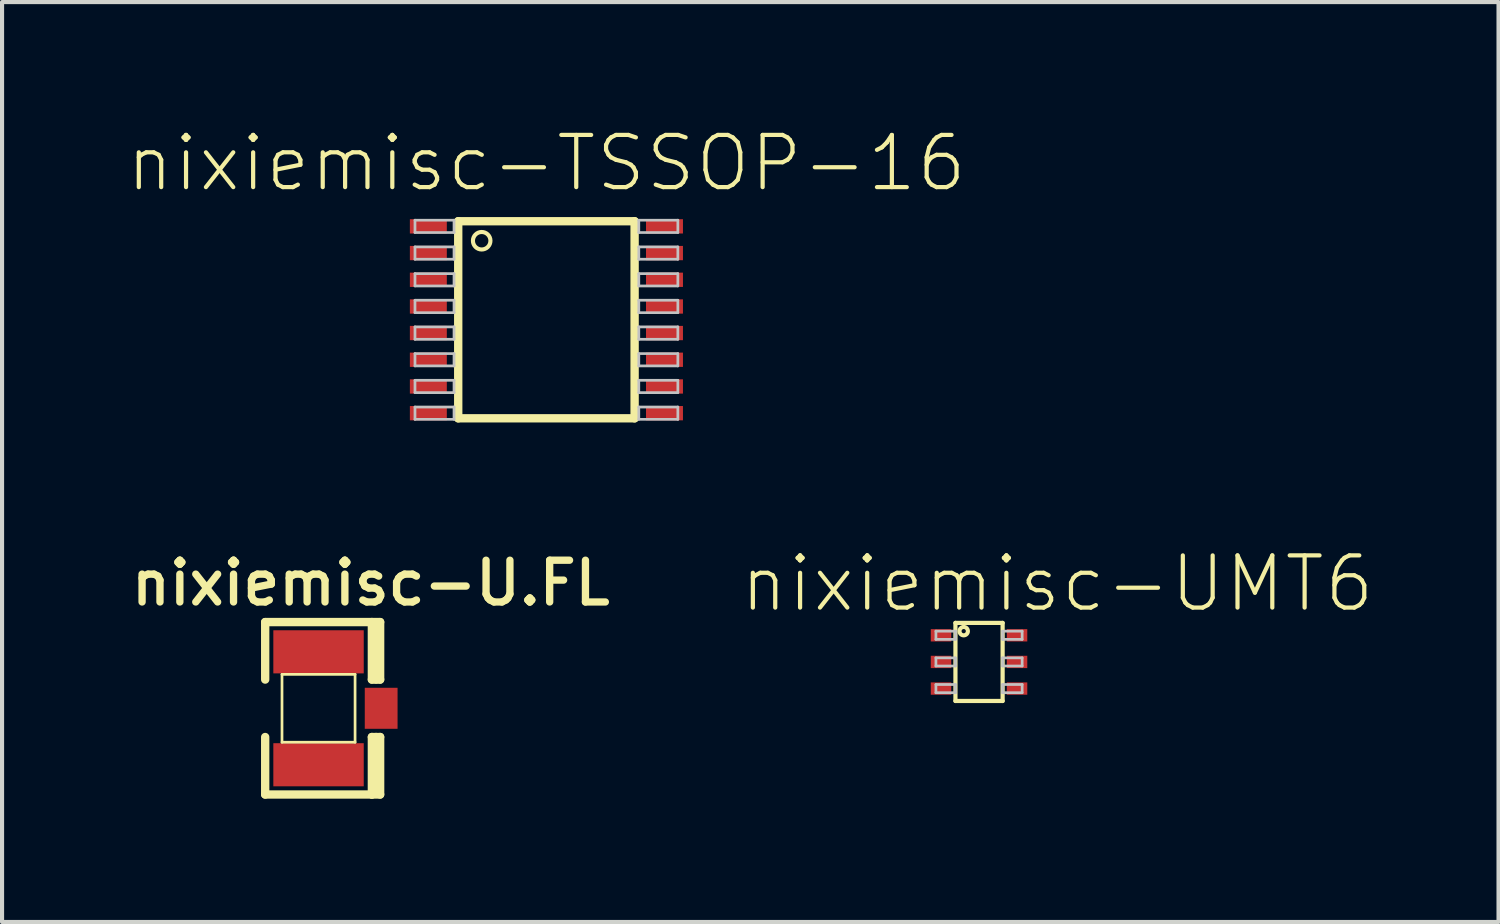
<source format=kicad_pcb>
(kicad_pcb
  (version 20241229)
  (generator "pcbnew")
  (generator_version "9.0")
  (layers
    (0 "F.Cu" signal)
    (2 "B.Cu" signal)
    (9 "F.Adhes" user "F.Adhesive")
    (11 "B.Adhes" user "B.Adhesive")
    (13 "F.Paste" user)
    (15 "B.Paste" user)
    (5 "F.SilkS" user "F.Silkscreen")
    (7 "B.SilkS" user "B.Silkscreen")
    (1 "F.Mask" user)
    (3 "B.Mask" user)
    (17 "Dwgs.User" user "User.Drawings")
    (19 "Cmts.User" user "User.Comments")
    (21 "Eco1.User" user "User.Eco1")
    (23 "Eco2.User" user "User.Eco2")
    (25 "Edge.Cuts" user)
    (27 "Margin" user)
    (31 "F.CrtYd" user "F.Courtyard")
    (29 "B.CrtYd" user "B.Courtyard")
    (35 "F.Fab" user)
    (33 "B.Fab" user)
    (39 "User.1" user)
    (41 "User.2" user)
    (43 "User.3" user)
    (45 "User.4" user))
  (footprint "nixiemisc-TSSOP-16"
    (layer "F.Cu")
    (at 10.246 4.731)
    (property "Reference" "nixiemisc-TSSOP-16" (at 0 -3.81 0) (unlocked yes) (layer "F.SilkS") (effects (font (size 1.27 1.27) (thickness 0.102))))
    (attr smd)
    (fp_line (start -2.146 -2.398) (end -2.146 2.398) (stroke (width 0.203) (type solid)) (layer "F.SilkS"))
    (fp_line (start -2.146 2.398) (end 2.146 2.398) (stroke (width 0.203) (type solid)) (layer "F.SilkS"))
    (fp_line (start 2.146 -2.398) (end -2.146 -2.398) (stroke (width 0.203) (type solid)) (layer "F.SilkS"))
    (fp_line (start 2.146 2.398) (end 2.146 -2.398) (stroke (width 0.203) (type solid)) (layer "F.SilkS"))
    (fp_circle (center -1.575 -1.923) (end -1.575 -2.136) (stroke (width 0.1) (type solid)) (fill no) (layer "F.SilkS"))
    (fp_line (start -3.198 -2.423) (end -2.248 -2.423) (stroke (width 0.066) (type solid)) (layer "Dwgs.User"))
    (fp_line (start -3.198 -2.123) (end -3.198 -2.423) (stroke (width 0.066) (type solid)) (layer "Dwgs.User"))
    (fp_line (start -3.198 -2.123) (end -2.248 -2.123) (stroke (width 0.066) (type solid)) (layer "Dwgs.User"))
    (fp_line (start -3.198 -1.773) (end -2.248 -1.773) (stroke (width 0.066) (type solid)) (layer "Dwgs.User"))
    (fp_line (start -3.198 -1.473) (end -3.198 -1.773) (stroke (width 0.066) (type solid)) (layer "Dwgs.User"))
    (fp_line (start -3.198 -1.473) (end -2.248 -1.473) (stroke (width 0.066) (type solid)) (layer "Dwgs.User"))
    (fp_line (start -3.198 -1.123) (end -2.248 -1.123) (stroke (width 0.066) (type solid)) (layer "Dwgs.User"))
    (fp_line (start -3.198 -0.823) (end -3.198 -1.123) (stroke (width 0.066) (type solid)) (layer "Dwgs.User"))
    (fp_line (start -3.198 -0.823) (end -2.248 -0.823) (stroke (width 0.066) (type solid)) (layer "Dwgs.User"))
    (fp_line (start -3.198 -0.475) (end -2.248 -0.475) (stroke (width 0.066) (type solid)) (layer "Dwgs.User"))
    (fp_line (start -3.198 -0.173) (end -3.198 -0.475) (stroke (width 0.066) (type solid)) (layer "Dwgs.User"))
    (fp_line (start -3.198 -0.173) (end -2.248 -0.173) (stroke (width 0.066) (type solid)) (layer "Dwgs.User"))
    (fp_line (start -3.198 0.173) (end -2.248 0.173) (stroke (width 0.066) (type solid)) (layer "Dwgs.User"))
    (fp_line (start -3.198 0.475) (end -3.198 0.173) (stroke (width 0.066) (type solid)) (layer "Dwgs.User"))
    (fp_line (start -3.198 0.475) (end -2.248 0.475) (stroke (width 0.066) (type solid)) (layer "Dwgs.User"))
    (fp_line (start -3.198 0.823) (end -2.248 0.823) (stroke (width 0.066) (type solid)) (layer "Dwgs.User"))
    (fp_line (start -3.198 1.123) (end -3.198 0.823) (stroke (width 0.066) (type solid)) (layer "Dwgs.User"))
    (fp_line (start -3.198 1.123) (end -2.248 1.123) (stroke (width 0.066) (type solid)) (layer "Dwgs.User"))
    (fp_line (start -3.198 1.473) (end -2.248 1.473) (stroke (width 0.066) (type solid)) (layer "Dwgs.User"))
    (fp_line (start -3.198 1.773) (end -3.198 1.473) (stroke (width 0.066) (type solid)) (layer "Dwgs.User"))
    (fp_line (start -3.198 1.773) (end -2.248 1.773) (stroke (width 0.066) (type solid)) (layer "Dwgs.User"))
    (fp_line (start -3.198 2.123) (end -2.248 2.123) (stroke (width 0.066) (type solid)) (layer "Dwgs.User"))
    (fp_line (start -3.198 2.423) (end -3.198 2.123) (stroke (width 0.066) (type solid)) (layer "Dwgs.User"))
    (fp_line (start -3.198 2.423) (end -2.248 2.423) (stroke (width 0.066) (type solid)) (layer "Dwgs.User"))
    (fp_line (start -2.248 -2.123) (end -2.248 -2.423) (stroke (width 0.066) (type solid)) (layer "Dwgs.User"))
    (fp_line (start -2.248 -1.473) (end -2.248 -1.773) (stroke (width 0.066) (type solid)) (layer "Dwgs.User"))
    (fp_line (start -2.248 -0.823) (end -2.248 -1.123) (stroke (width 0.066) (type solid)) (layer "Dwgs.User"))
    (fp_line (start -2.248 -0.173) (end -2.248 -0.475) (stroke (width 0.066) (type solid)) (layer "Dwgs.User"))
    (fp_line (start -2.248 0.475) (end -2.248 0.173) (stroke (width 0.066) (type solid)) (layer "Dwgs.User"))
    (fp_line (start -2.248 1.123) (end -2.248 0.823) (stroke (width 0.066) (type solid)) (layer "Dwgs.User"))
    (fp_line (start -2.248 1.773) (end -2.248 1.473) (stroke (width 0.066) (type solid)) (layer "Dwgs.User"))
    (fp_line (start -2.248 2.423) (end -2.248 2.123) (stroke (width 0.066) (type solid)) (layer "Dwgs.User"))
    (fp_line (start 2.248 -2.423) (end 2.248 -2.123) (stroke (width 0.066) (type solid)) (layer "Dwgs.User"))
    (fp_line (start 2.248 -1.773) (end 2.248 -1.473) (stroke (width 0.066) (type solid)) (layer "Dwgs.User"))
    (fp_line (start 2.248 -1.123) (end 2.248 -0.823) (stroke (width 0.066) (type solid)) (layer "Dwgs.User"))
    (fp_line (start 2.248 -0.475) (end 2.248 -0.173) (stroke (width 0.066) (type solid)) (layer "Dwgs.User"))
    (fp_line (start 2.248 0.173) (end 2.248 0.475) (stroke (width 0.066) (type solid)) (layer "Dwgs.User"))
    (fp_line (start 2.248 0.823) (end 2.248 1.123) (stroke (width 0.066) (type solid)) (layer "Dwgs.User"))
    (fp_line (start 2.248 1.473) (end 2.248 1.773) (stroke (width 0.066) (type solid)) (layer "Dwgs.User"))
    (fp_line (start 2.248 2.123) (end 2.248 2.423) (stroke (width 0.066) (type solid)) (layer "Dwgs.User"))
    (fp_line (start 3.198 -2.423) (end 2.248 -2.423) (stroke (width 0.066) (type solid)) (layer "Dwgs.User"))
    (fp_line (start 3.198 -2.423) (end 3.198 -2.123) (stroke (width 0.066) (type solid)) (layer "Dwgs.User"))
    (fp_line (start 3.198 -2.123) (end 2.248 -2.123) (stroke (width 0.066) (type solid)) (layer "Dwgs.User"))
    (fp_line (start 3.198 -1.773) (end 2.248 -1.773) (stroke (width 0.066) (type solid)) (layer "Dwgs.User"))
    (fp_line (start 3.198 -1.773) (end 3.198 -1.473) (stroke (width 0.066) (type solid)) (layer "Dwgs.User"))
    (fp_line (start 3.198 -1.473) (end 2.248 -1.473) (stroke (width 0.066) (type solid)) (layer "Dwgs.User"))
    (fp_line (start 3.198 -1.123) (end 2.248 -1.123) (stroke (width 0.066) (type solid)) (layer "Dwgs.User"))
    (fp_line (start 3.198 -1.123) (end 3.198 -0.823) (stroke (width 0.066) (type solid)) (layer "Dwgs.User"))
    (fp_line (start 3.198 -0.823) (end 2.248 -0.823) (stroke (width 0.066) (type solid)) (layer "Dwgs.User"))
    (fp_line (start 3.198 -0.475) (end 2.248 -0.475) (stroke (width 0.066) (type solid)) (layer "Dwgs.User"))
    (fp_line (start 3.198 -0.475) (end 3.198 -0.173) (stroke (width 0.066) (type solid)) (layer "Dwgs.User"))
    (fp_line (start 3.198 -0.173) (end 2.248 -0.173) (stroke (width 0.066) (type solid)) (layer "Dwgs.User"))
    (fp_line (start 3.198 0.173) (end 2.248 0.173) (stroke (width 0.066) (type solid)) (layer "Dwgs.User"))
    (fp_line (start 3.198 0.173) (end 3.198 0.475) (stroke (width 0.066) (type solid)) (layer "Dwgs.User"))
    (fp_line (start 3.198 0.475) (end 2.248 0.475) (stroke (width 0.066) (type solid)) (layer "Dwgs.User"))
    (fp_line (start 3.198 0.823) (end 2.248 0.823) (stroke (width 0.066) (type solid)) (layer "Dwgs.User"))
    (fp_line (start 3.198 0.823) (end 3.198 1.123) (stroke (width 0.066) (type solid)) (layer "Dwgs.User"))
    (fp_line (start 3.198 1.123) (end 2.248 1.123) (stroke (width 0.066) (type solid)) (layer "Dwgs.User"))
    (fp_line (start 3.198 1.473) (end 2.248 1.473) (stroke (width 0.066) (type solid)) (layer "Dwgs.User"))
    (fp_line (start 3.198 1.473) (end 3.198 1.773) (stroke (width 0.066) (type solid)) (layer "Dwgs.User"))
    (fp_line (start 3.198 1.773) (end 2.248 1.773) (stroke (width 0.066) (type solid)) (layer "Dwgs.User"))
    (fp_line (start 3.198 2.123) (end 2.248 2.123) (stroke (width 0.066) (type solid)) (layer "Dwgs.User"))
    (fp_line (start 3.198 2.123) (end 3.198 2.423) (stroke (width 0.066) (type solid)) (layer "Dwgs.User"))
    (fp_line (start 3.198 2.423) (end 2.248 2.423) (stroke (width 0.066) (type solid)) (layer "Dwgs.User"))
    (pad "1" smd rect (at -2.873 -2.273) (size 0.899 0.348) (layers "F.Cu" "F.Mask" "F.Paste"))
    (pad "2" smd rect (at -2.873 -1.623) (size 0.899 0.348) (layers "F.Cu" "F.Mask" "F.Paste"))
    (pad "3" smd rect (at -2.873 -0.973) (size 0.899 0.348) (layers "F.Cu" "F.Mask" "F.Paste"))
    (pad "4" smd rect (at -2.873 -0.323) (size 0.899 0.348) (layers "F.Cu" "F.Mask" "F.Paste"))
    (pad "5" smd rect (at -2.873 0.323) (size 0.899 0.348) (layers "F.Cu" "F.Mask" "F.Paste"))
    (pad "6" smd rect (at -2.873 0.973) (size 0.899 0.348) (layers "F.Cu" "F.Mask" "F.Paste"))
    (pad "7" smd rect (at -2.873 1.623) (size 0.899 0.348) (layers "F.Cu" "F.Mask" "F.Paste"))
    (pad "8" smd rect (at -2.873 2.273) (size 0.899 0.348) (layers "F.Cu" "F.Mask" "F.Paste"))
    (pad "9" smd rect (at 2.873 2.273 180) (size 0.899 0.348) (layers "F.Cu" "F.Mask" "F.Paste"))
    (pad "10" smd rect (at 2.873 1.623 180) (size 0.899 0.348) (layers "F.Cu" "F.Mask" "F.Paste"))
    (pad "11" smd rect (at 2.873 0.973 180) (size 0.899 0.348) (layers "F.Cu" "F.Mask" "F.Paste"))
    (pad "12" smd rect (at 2.873 0.323 180) (size 0.899 0.348) (layers "F.Cu" "F.Mask" "F.Paste"))
    (pad "13" smd rect (at 2.873 -0.323 180) (size 0.899 0.348) (layers "F.Cu" "F.Mask" "F.Paste"))
    (pad "14" smd rect (at 2.873 -0.973 180) (size 0.899 0.348) (layers "F.Cu" "F.Mask" "F.Paste"))
    (pad "15" smd rect (at 2.873 -1.623 180) (size 0.899 0.348) (layers "F.Cu" "F.Mask" "F.Paste"))
    (pad "16" smd rect (at 2.873 -2.273 180) (size 0.899 0.348) (layers "F.Cu" "F.Mask" "F.Paste")))
  (footprint "nixiemisc-UMT6"
    (layer "F.Cu")
    (at 20.773 13.057)
    (property "Reference" "nixiemisc-UMT6" (at 1.905 -1.905 0) (unlocked yes) (layer "F.SilkS") (effects (font (size 1.27 1.27) (thickness 0.102))))
    (attr smd)
    (fp_line (start -1.224 -0.848) (end -0.599 -0.848) (stroke (width 0.066) (type solid)) (layer "F.Mask"))
    (fp_line (start -1.224 -0.45) (end -1.224 -0.848) (stroke (width 0.066) (type solid)) (layer "F.Mask"))
    (fp_line (start -1.224 -0.45) (end -0.599 -0.45) (stroke (width 0.066) (type solid)) (layer "F.Mask"))
    (fp_line (start -1.224 -0.198) (end -0.599 -0.198) (stroke (width 0.066) (type solid)) (layer "F.Mask"))
    (fp_line (start -1.224 0.198) (end -1.224 -0.198) (stroke (width 0.066) (type solid)) (layer "F.Mask"))
    (fp_line (start -1.224 0.198) (end -0.599 0.198) (stroke (width 0.066) (type solid)) (layer "F.Mask"))
    (fp_line (start -1.224 0.45) (end -0.599 0.45) (stroke (width 0.066) (type solid)) (layer "F.Mask"))
    (fp_line (start -1.224 0.848) (end -1.224 0.45) (stroke (width 0.066) (type solid)) (layer "F.Mask"))
    (fp_line (start -1.224 0.848) (end -0.599 0.848) (stroke (width 0.066) (type solid)) (layer "F.Mask"))
    (fp_line (start -0.599 -0.45) (end -0.599 -0.848) (stroke (width 0.066) (type solid)) (layer "F.Mask"))
    (fp_line (start -0.599 0.198) (end -0.599 -0.198) (stroke (width 0.066) (type solid)) (layer "F.Mask"))
    (fp_line (start -0.599 0.848) (end -0.599 0.45) (stroke (width 0.066) (type solid)) (layer "F.Mask"))
    (fp_line (start 0.599 -0.848) (end 0.599 -0.45) (stroke (width 0.066) (type solid)) (layer "F.Mask"))
    (fp_line (start 0.599 -0.198) (end 0.599 0.198) (stroke (width 0.066) (type solid)) (layer "F.Mask"))
    (fp_line (start 0.599 0.45) (end 0.599 0.848) (stroke (width 0.066) (type solid)) (layer "F.Mask"))
    (fp_line (start 1.224 -0.848) (end 0.599 -0.848) (stroke (width 0.066) (type solid)) (layer "F.Mask"))
    (fp_line (start 1.224 -0.848) (end 1.224 -0.45) (stroke (width 0.066) (type solid)) (layer "F.Mask"))
    (fp_line (start 1.224 -0.45) (end 0.599 -0.45) (stroke (width 0.066) (type solid)) (layer "F.Mask"))
    (fp_line (start 1.224 -0.198) (end 0.599 -0.198) (stroke (width 0.066) (type solid)) (layer "F.Mask"))
    (fp_line (start 1.224 -0.198) (end 1.224 0.198) (stroke (width 0.066) (type solid)) (layer "F.Mask"))
    (fp_line (start 1.224 0.198) (end 0.599 0.198) (stroke (width 0.066) (type solid)) (layer "F.Mask"))
    (fp_line (start 1.224 0.45) (end 0.599 0.45) (stroke (width 0.066) (type solid)) (layer "F.Mask"))
    (fp_line (start 1.224 0.45) (end 1.224 0.848) (stroke (width 0.066) (type solid)) (layer "F.Mask"))
    (fp_line (start 1.224 0.848) (end 0.599 0.848) (stroke (width 0.066) (type solid)) (layer "F.Mask"))
    (fp_line (start -0.574 -0.95) (end 0.574 -0.95) (stroke (width 0.102) (type solid)) (layer "F.SilkS"))
    (fp_line (start -0.574 0.95) (end -0.574 -0.95) (stroke (width 0.102) (type solid)) (layer "F.SilkS"))
    (fp_line (start 0.574 -0.95) (end 0.574 0.95) (stroke (width 0.102) (type solid)) (layer "F.SilkS"))
    (fp_line (start 0.574 0.95) (end -0.574 0.95) (stroke (width 0.102) (type solid)) (layer "F.SilkS"))
    (fp_circle (center -0.373 -0.749) (end -0.373 -0.851) (stroke (width 0.1) (type solid)) (fill no) (layer "F.SilkS"))
    (fp_line (start -1.148 -0.775) (end -0.699 -0.775) (stroke (width 0.066) (type solid)) (layer "F.Paste"))
    (fp_line (start -1.148 -0.523) (end -1.148 -0.775) (stroke (width 0.066) (type solid)) (layer "F.Paste"))
    (fp_line (start -1.148 -0.523) (end -0.699 -0.523) (stroke (width 0.066) (type solid)) (layer "F.Paste"))
    (fp_line (start -1.148 -0.124) (end -0.699 -0.124) (stroke (width 0.066) (type solid)) (layer "F.Paste"))
    (fp_line (start -1.148 0.124) (end -1.148 -0.124) (stroke (width 0.066) (type solid)) (layer "F.Paste"))
    (fp_line (start -1.148 0.124) (end -0.699 0.124) (stroke (width 0.066) (type solid)) (layer "F.Paste"))
    (fp_line (start -1.148 0.523) (end -0.699 0.523) (stroke (width 0.066) (type solid)) (layer "F.Paste"))
    (fp_line (start -1.148 0.775) (end -1.148 0.523) (stroke (width 0.066) (type solid)) (layer "F.Paste"))
    (fp_line (start -1.148 0.775) (end -0.699 0.775) (stroke (width 0.066) (type solid)) (layer "F.Paste"))
    (fp_line (start -0.699 -0.523) (end -0.699 -0.775) (stroke (width 0.066) (type solid)) (layer "F.Paste"))
    (fp_line (start -0.699 0.124) (end -0.699 -0.124) (stroke (width 0.066) (type solid)) (layer "F.Paste"))
    (fp_line (start -0.699 0.775) (end -0.699 0.523) (stroke (width 0.066) (type solid)) (layer "F.Paste"))
    (fp_line (start 0.699 -0.775) (end 0.699 -0.523) (stroke (width 0.066) (type solid)) (layer "F.Paste"))
    (fp_line (start 0.699 -0.124) (end 0.699 0.124) (stroke (width 0.066) (type solid)) (layer "F.Paste"))
    (fp_line (start 0.699 0.523) (end 0.699 0.775) (stroke (width 0.066) (type solid)) (layer "F.Paste"))
    (fp_line (start 1.148 -0.775) (end 0.699 -0.775) (stroke (width 0.066) (type solid)) (layer "F.Paste"))
    (fp_line (start 1.148 -0.775) (end 1.148 -0.523) (stroke (width 0.066) (type solid)) (layer "F.Paste"))
    (fp_line (start 1.148 -0.523) (end 0.699 -0.523) (stroke (width 0.066) (type solid)) (layer "F.Paste"))
    (fp_line (start 1.148 -0.124) (end 0.699 -0.124) (stroke (width 0.066) (type solid)) (layer "F.Paste"))
    (fp_line (start 1.148 -0.124) (end 1.148 0.124) (stroke (width 0.066) (type solid)) (layer "F.Paste"))
    (fp_line (start 1.148 0.124) (end 0.699 0.124) (stroke (width 0.066) (type solid)) (layer "F.Paste"))
    (fp_line (start 1.148 0.523) (end 0.699 0.523) (stroke (width 0.066) (type solid)) (layer "F.Paste"))
    (fp_line (start 1.148 0.523) (end 1.148 0.775) (stroke (width 0.066) (type solid)) (layer "F.Paste"))
    (fp_line (start 1.148 0.775) (end 0.699 0.775) (stroke (width 0.066) (type solid)) (layer "F.Paste"))
    (fp_line (start -1.049 -0.749) (end -0.574 -0.749) (stroke (width 0.066) (type solid)) (layer "Dwgs.User"))
    (fp_line (start -1.049 -0.549) (end -1.049 -0.749) (stroke (width 0.066) (type solid)) (layer "Dwgs.User"))
    (fp_line (start -1.049 -0.549) (end -0.574 -0.549) (stroke (width 0.066) (type solid)) (layer "Dwgs.User"))
    (fp_line (start -1.049 -0.099) (end -0.574 -0.099) (stroke (width 0.066) (type solid)) (layer "Dwgs.User"))
    (fp_line (start -1.049 0.099) (end -1.049 -0.099) (stroke (width 0.066) (type solid)) (layer "Dwgs.User"))
    (fp_line (start -1.049 0.099) (end -0.574 0.099) (stroke (width 0.066) (type solid)) (layer "Dwgs.User"))
    (fp_line (start -1.049 0.549) (end -0.574 0.549) (stroke (width 0.066) (type solid)) (layer "Dwgs.User"))
    (fp_line (start -1.049 0.749) (end -1.049 0.549) (stroke (width 0.066) (type solid)) (layer "Dwgs.User"))
    (fp_line (start -1.049 0.749) (end -0.574 0.749) (stroke (width 0.066) (type solid)) (layer "Dwgs.User"))
    (fp_line (start -0.574 -0.549) (end -0.574 -0.749) (stroke (width 0.066) (type solid)) (layer "Dwgs.User"))
    (fp_line (start -0.574 0.099) (end -0.574 -0.099) (stroke (width 0.066) (type solid)) (layer "Dwgs.User"))
    (fp_line (start -0.574 0.749) (end -0.574 0.549) (stroke (width 0.066) (type solid)) (layer "Dwgs.User"))
    (fp_line (start 0.574 -0.749) (end 0.574 -0.549) (stroke (width 0.066) (type solid)) (layer "Dwgs.User"))
    (fp_line (start 0.574 -0.099) (end 0.574 0.099) (stroke (width 0.066) (type solid)) (layer "Dwgs.User"))
    (fp_line (start 0.574 0.549) (end 0.574 0.749) (stroke (width 0.066) (type solid)) (layer "Dwgs.User"))
    (fp_line (start 1.049 -0.749) (end 0.574 -0.749) (stroke (width 0.066) (type solid)) (layer "Dwgs.User"))
    (fp_line (start 1.049 -0.749) (end 1.049 -0.549) (stroke (width 0.066) (type solid)) (layer "Dwgs.User"))
    (fp_line (start 1.049 -0.549) (end 0.574 -0.549) (stroke (width 0.066) (type solid)) (layer "Dwgs.User"))
    (fp_line (start 1.049 -0.099) (end 0.574 -0.099) (stroke (width 0.066) (type solid)) (layer "Dwgs.User"))
    (fp_line (start 1.049 -0.099) (end 1.049 0.099) (stroke (width 0.066) (type solid)) (layer "Dwgs.User"))
    (fp_line (start 1.049 0.099) (end 0.574 0.099) (stroke (width 0.066) (type solid)) (layer "Dwgs.User"))
    (fp_line (start 1.049 0.549) (end 0.574 0.549) (stroke (width 0.066) (type solid)) (layer "Dwgs.User"))
    (fp_line (start 1.049 0.549) (end 1.049 0.749) (stroke (width 0.066) (type solid)) (layer "Dwgs.User"))
    (fp_line (start 1.049 0.749) (end 0.574 0.749) (stroke (width 0.066) (type solid)) (layer "Dwgs.User"))
    (pad "1" smd rect (at -0.925 -0.648) (size 0.498 0.3) (layers "F.Cu" "F.Mask" "F.Paste"))
    (pad "2" smd rect (at -0.925 0) (size 0.498 0.3) (layers "F.Cu" "F.Mask" "F.Paste"))
    (pad "3" smd rect (at -0.925 0.648) (size 0.498 0.3) (layers "F.Cu" "F.Mask" "F.Paste"))
    (pad "4" smd rect (at 0.925 0.648 180) (size 0.498 0.3) (layers "F.Cu" "F.Mask" "F.Paste"))
    (pad "5" smd rect (at 0.925 0 180) (size 0.498 0.3) (layers "F.Cu" "F.Mask" "F.Paste"))
    (pad "6" smd rect (at 0.925 -0.648 180) (size 0.498 0.3) (layers "F.Cu" "F.Mask" "F.Paste")))
  (footprint "nixiemisc-U.FL"
    (layer "F.Cu")
    (at 4.701 14.185)
    (property "Reference" "nixiemisc-U.FL" (at 1.27 -3.048 0) (unlocked yes) (layer "F.SilkS") (effects (font (size 1.016 1.016) (thickness 0.178))))
    (attr smd)
    (fp_line (start -1.298 -0.699) (end -1.298 -2.098) (stroke (width 0.203) (type solid)) (layer "F.SilkS"))
    (fp_line (start -1.298 2.098) (end -1.298 0.699) (stroke (width 0.203) (type solid)) (layer "F.SilkS"))
    (fp_line (start -1.298 2.098) (end 1.298 2.098) (stroke (width 0.203) (type solid)) (layer "F.SilkS"))
    (fp_line (start -0.889 -0.826) (end 0.889 -0.826) (stroke (width 0.066) (type solid)) (layer "F.SilkS"))
    (fp_line (start -0.889 0.826) (end -0.889 -0.826) (stroke (width 0.066) (type solid)) (layer "F.SilkS"))
    (fp_line (start -0.889 0.826) (end 0.889 0.826) (stroke (width 0.066) (type solid)) (layer "F.SilkS"))
    (fp_line (start 0.889 0.826) (end 0.889 -0.826) (stroke (width 0.066) (type solid)) (layer "F.SilkS"))
    (fp_line (start 1.298 -2.098) (end -1.298 -2.098) (stroke (width 0.203) (type solid)) (layer "F.SilkS"))
    (fp_line (start 1.298 -0.699) (end 1.298 -2.098) (stroke (width 0.203) (type solid)) (layer "F.SilkS"))
    (fp_line (start 1.298 2.098) (end 1.298 0.699) (stroke (width 0.203) (type solid)) (layer "F.SilkS"))
    (fp_line (start 1.4 -0.699) (end 1.4 -1.999) (stroke (width 0.203) (type solid)) (layer "F.SilkS"))
    (fp_line (start 1.4 1.999) (end 1.4 0.699) (stroke (width 0.203) (type solid)) (layer "F.SilkS"))
    (fp_line (start 1.499 -2.098) (end 1.298 -2.098) (stroke (width 0.203) (type solid)) (layer "F.SilkS"))
    (fp_line (start 1.499 -0.699) (end 1.298 -0.699) (stroke (width 0.203) (type solid)) (layer "F.SilkS"))
    (fp_line (start 1.499 -0.699) (end 1.499 -2.098) (stroke (width 0.203) (type solid)) (layer "F.SilkS"))
    (fp_line (start 1.499 0.699) (end 1.298 0.699) (stroke (width 0.203) (type solid)) (layer "F.SilkS"))
    (fp_line (start 1.499 2.098) (end 1.298 2.098) (stroke (width 0.203) (type solid)) (layer "F.SilkS"))
    (fp_line (start 1.499 2.098) (end 1.499 0.699) (stroke (width 0.203) (type solid)) (layer "F.SilkS"))
    (pad "1" smd rect (at 0 -1.374) (size 2.2 1.049) (layers "F.Cu" "F.Mask" "F.Paste"))
    (pad "2" smd rect (at 0 1.374) (size 2.2 1.049) (layers "F.Cu" "F.Mask" "F.Paste"))
    (pad "3" smd rect (at 1.524 0) (size 0.798 0.998) (layers "F.Cu" "F.Mask" "F.Paste")))
  (gr_rect
    (start -3 -3)
    (end 33.414 19.385)
    (stroke (width 0.1) (type default))
    (fill no)
    (layer "Edge.Cuts")))
</source>
